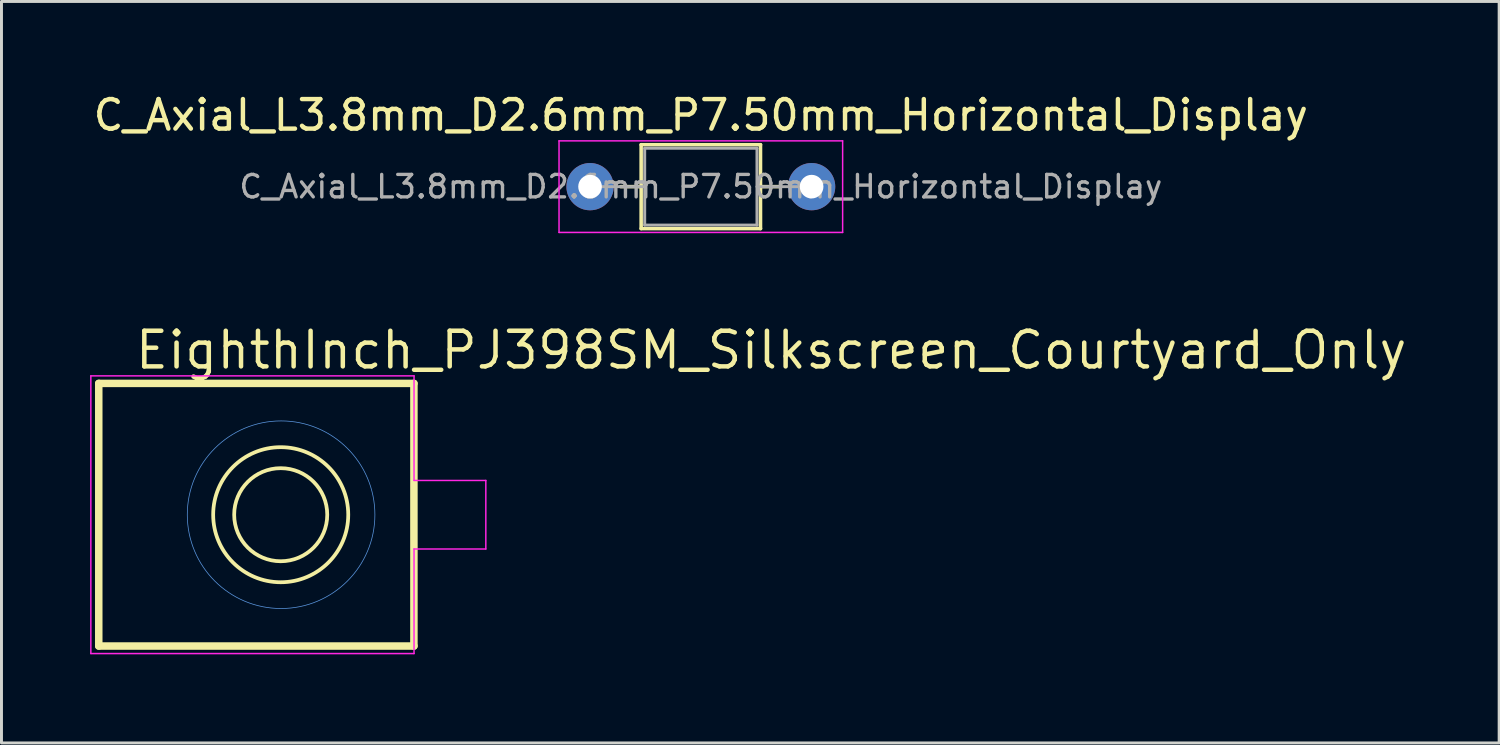
<source format=kicad_pcb>
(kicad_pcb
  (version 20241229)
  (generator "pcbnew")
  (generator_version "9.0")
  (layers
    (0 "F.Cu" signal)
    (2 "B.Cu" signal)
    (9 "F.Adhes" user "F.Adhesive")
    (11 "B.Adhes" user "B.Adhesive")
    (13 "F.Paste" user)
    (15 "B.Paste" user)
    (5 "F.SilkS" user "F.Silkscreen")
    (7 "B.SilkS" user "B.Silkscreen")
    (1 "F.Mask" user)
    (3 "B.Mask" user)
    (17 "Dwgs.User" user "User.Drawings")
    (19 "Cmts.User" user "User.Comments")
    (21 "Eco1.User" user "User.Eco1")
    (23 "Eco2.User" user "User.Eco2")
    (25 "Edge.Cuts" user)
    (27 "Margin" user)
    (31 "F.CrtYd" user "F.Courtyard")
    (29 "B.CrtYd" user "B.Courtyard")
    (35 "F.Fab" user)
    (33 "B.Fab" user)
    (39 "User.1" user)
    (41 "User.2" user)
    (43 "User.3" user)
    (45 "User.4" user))
  (footprint "C_Axial_L3.8mm_D2.6mm_P7.50mm_Horizontal_Display"
    (layer "F.Cu")
    (at 16.923 3.268)
    (property "Reference" "C_Axial_L3.8mm_D2.6mm_P7.50mm_Horizontal_Display" (at 3.75 -2.42 0) (layer "F.SilkS") (effects (font (size 1 1) (thickness 0.15))))
    (attr through_hole)
    (fp_line (start 1.04 0) (end 1.73 0) (stroke (width 0.12) (type solid)) (layer "F.SilkS"))
    (fp_line (start 1.73 -1.42) (end 1.73 1.42) (stroke (width 0.12) (type solid)) (layer "F.SilkS"))
    (fp_line (start 1.73 1.42) (end 5.77 1.42) (stroke (width 0.12) (type solid)) (layer "F.SilkS"))
    (fp_line (start 5.77 -1.42) (end 1.73 -1.42) (stroke (width 0.12) (type solid)) (layer "F.SilkS"))
    (fp_line (start 5.77 1.42) (end 5.77 -1.42) (stroke (width 0.12) (type solid)) (layer "F.SilkS"))
    (fp_line (start 6.46 0) (end 5.77 0) (stroke (width 0.12) (type solid)) (layer "F.SilkS"))
    (fp_line (start -1.05 -1.55) (end -1.05 1.55) (stroke (width 0.05) (type solid)) (layer "F.CrtYd"))
    (fp_line (start -1.05 1.55) (end 8.55 1.55) (stroke (width 0.05) (type solid)) (layer "F.CrtYd"))
    (fp_line (start 8.55 -1.55) (end -1.05 -1.55) (stroke (width 0.05) (type solid)) (layer "F.CrtYd"))
    (fp_line (start 8.55 1.55) (end 8.55 -1.55) (stroke (width 0.05) (type solid)) (layer "F.CrtYd"))
    (fp_line (start 0 0) (end 1.85 0) (stroke (width 0.1) (type solid)) (layer "F.Fab"))
    (fp_line (start 1.85 -1.3) (end 1.85 1.3) (stroke (width 0.1) (type solid)) (layer "F.Fab"))
    (fp_line (start 1.85 1.3) (end 5.65 1.3) (stroke (width 0.1) (type solid)) (layer "F.Fab"))
    (fp_line (start 5.65 -1.3) (end 1.85 -1.3) (stroke (width 0.1) (type solid)) (layer "F.Fab"))
    (fp_line (start 5.65 1.3) (end 5.65 -1.3) (stroke (width 0.1) (type solid)) (layer "F.Fab"))
    (fp_line (start 7.5 0) (end 5.65 0) (stroke (width 0.1) (type solid)) (layer "F.Fab"))
    (fp_text user "${REFERENCE}" (at 3.75 0 0) (layer "F.Fab") (effects (font (size 0.76 0.76) (thickness 0.114))))
    (pad "1" thru_hole circle (at 0 0) (size 1.6 1.6) (drill 0.8) (layers "*.Cu" "*.Mask"))
    (pad "2" thru_hole oval (at 7.5 0) (size 1.6 1.6) (drill 0.8) (layers "*.Cu" "*.Mask")))
  (footprint "EighthInch_PJ398SM_Silkscreen_Courtyard_Only"
    (layer "F.Cu")
    (at 6.465 14.373)
    (property "Reference" "EighthInch_PJ398SM_Silkscreen_Courtyard_Only" (at -5.017 -4.866 0) (layer "F.SilkS") (effects (font (size 1.206 1.206) (thickness 0.152)) (justify left bottom)))
    (attr through_hole)
    (fp_line (start -6.172 -4.445) (end -6.172 4.445) (stroke (width 0.254) (type solid)) (layer "F.SilkS"))
    (fp_line (start -6.172 4.445) (end 4.496 4.445) (stroke (width 0.254) (type solid)) (layer "F.SilkS"))
    (fp_line (start 4.496 -4.445) (end -6.172 -4.445) (stroke (width 0.254) (type solid)) (layer "F.SilkS"))
    (fp_line (start 4.496 4.445) (end 4.496 -4.445) (stroke (width 0.254) (type solid)) (layer "F.SilkS"))
    (fp_circle (center -0.013 0) (end 1.562 0) (stroke (width 0.127) (type solid)) (fill no) (layer "F.SilkS"))
    (fp_circle (center -0.013 0) (end 2.273 0) (stroke (width 0.127) (type solid)) (fill no) (layer "F.SilkS"))
    (fp_circle (center 0 0) (end 3.175 0) (stroke (width 0.025) (type solid)) (fill no) (layer "Cmts.User"))
    (fp_line (start -6.44 -4.7) (end -6.44 4.7) (stroke (width 0.05) (type solid)) (layer "F.CrtYd"))
    (fp_line (start -6.44 -4.7) (end 4.5 -4.7) (stroke (width 0.05) (type solid)) (layer "F.CrtYd"))
    (fp_line (start -6.44 4.7) (end 4.5 4.7) (stroke (width 0.05) (type solid)) (layer "F.CrtYd"))
    (fp_line (start 4.5 -4.7) (end 4.5 -1.16) (stroke (width 0.05) (type solid)) (layer "F.CrtYd"))
    (fp_line (start 4.5 -1.16) (end 6.93 -1.16) (stroke (width 0.05) (type solid)) (layer "F.CrtYd"))
    (fp_line (start 4.5 1.16) (end 4.5 4.7) (stroke (width 0.05) (type solid)) (layer "F.CrtYd"))
    (fp_line (start 6.93 -1.16) (end 6.93 1.16) (stroke (width 0.05) (type solid)) (layer "F.CrtYd"))
    (fp_line (start 6.93 1.16) (end 4.5 1.16) (stroke (width 0.05) (type solid)) (layer "F.CrtYd")))
  (gr_rect
    (start -3 -3)
    (end 47.696 22.098)
    (stroke (width 0.1) (type default))
    (fill no)
    (layer "Edge.Cuts")))
</source>
